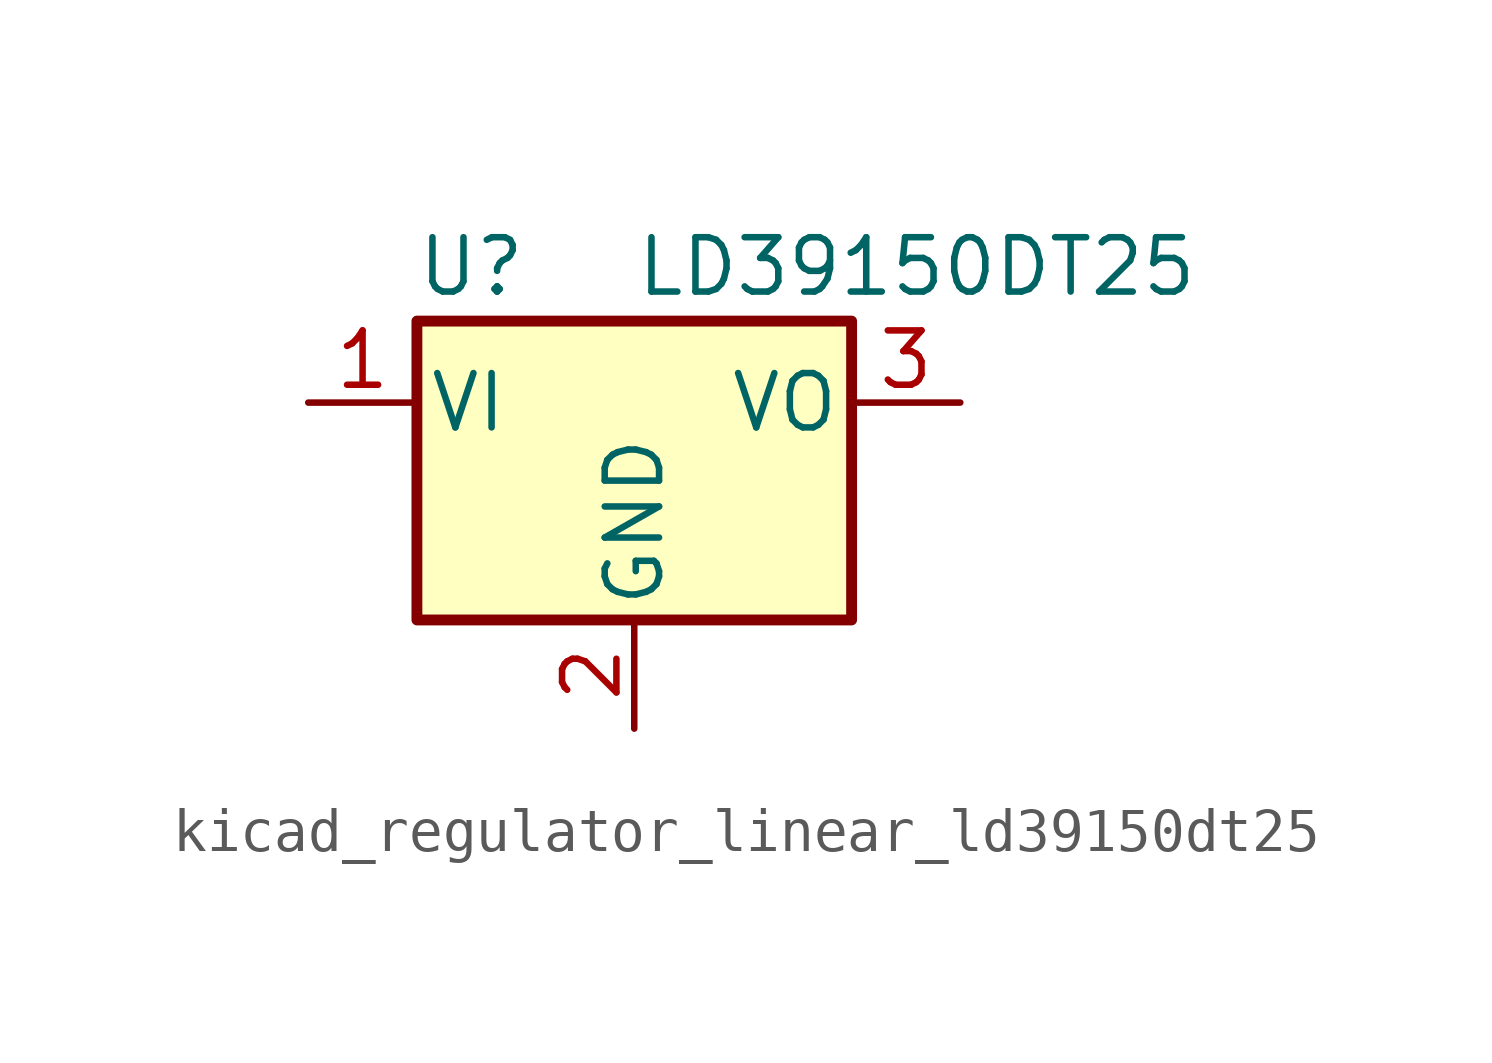
<source format=kicad_sym>
(kicad_symbol_lib
  (version 20220914)
  (generator kicad_symbol_editor)
  (symbol "kicad_regulator_linear_ld39150dt25"
    (pin_names
      (offset 0.254))
    (property "Reference" "U"
      (at -3.81 3.175 0)
      (effects (font (size 1.27 1.27))))
    (property "Value" "LD39150DT25"
      (at 0 3.175 0)
      (effects (font (size 1.27 1.27)) (justify left)))
    (symbol "kicad_regulator_linear_ld39150dt25_0_1"
      (rectangle (start -5.08 -5.08) (end 5.08 1.905) (stroke (width 0.254) (type default)) (fill (type background))))
    (symbol "kicad_regulator_linear_ld39150dt25_1_1"
      (pin power_in line (at -7.62 0 0) (length 2.54) (name "VI" (effects (font (size 1.27 1.27)))) (number "1" (effects (font (size 1.27 1.27)))))
      (pin power_in line (at 0 -7.62 90) (length 2.54) (name "GND" (effects (font (size 1.27 1.27)))) (number "2" (effects (font (size 1.27 1.27)))))
      (pin power_out line (at 7.62 0 180) (length 2.54) (name "VO" (effects (font (size 1.27 1.27)))) (number "3" (effects (font (size 1.27 1.27))))))))
</source>
